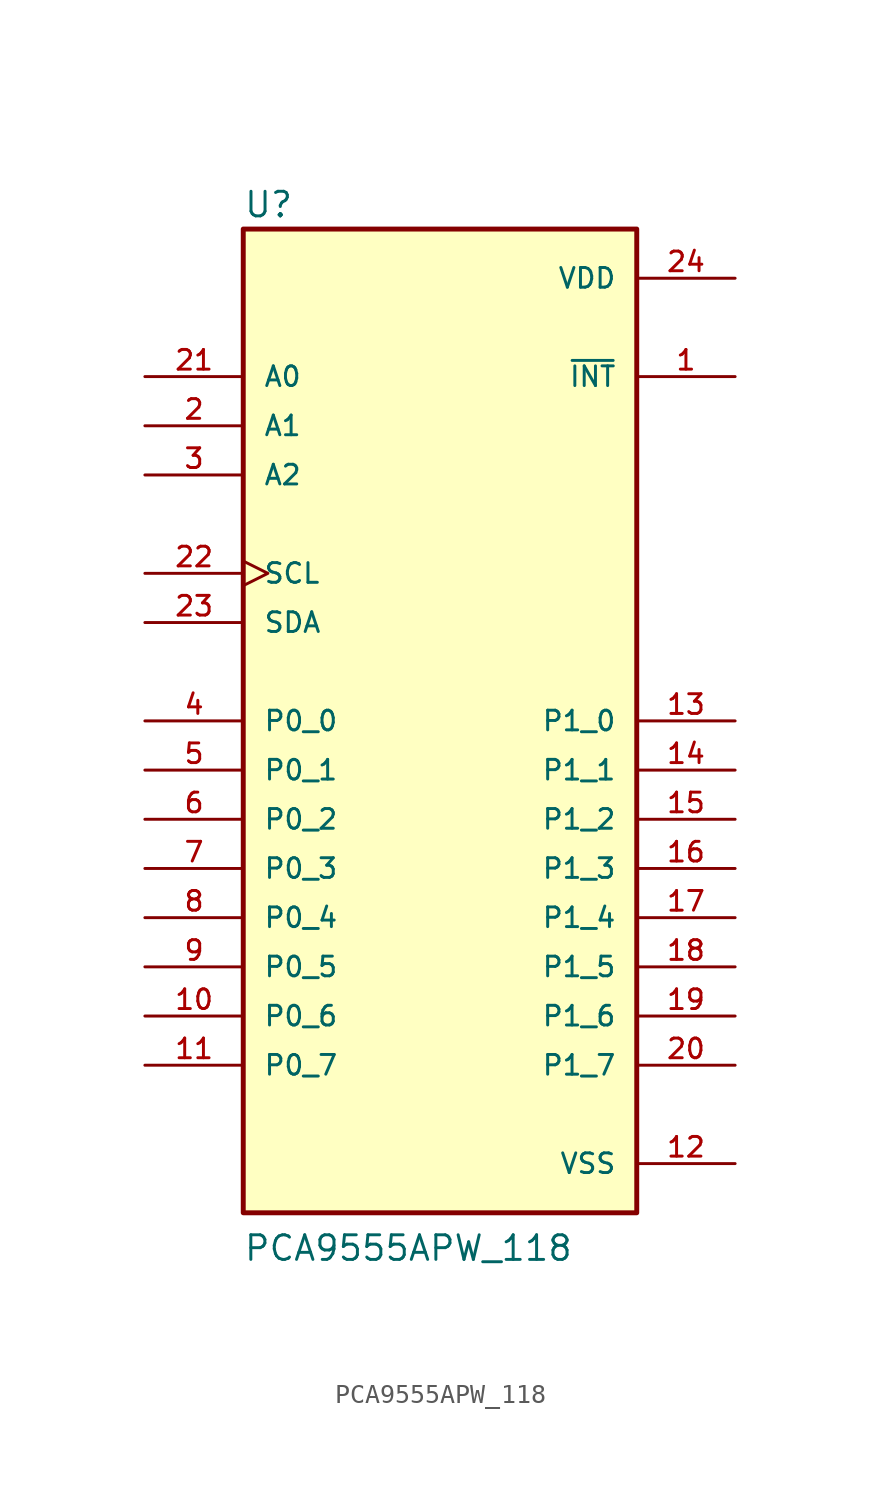
<source format=kicad_sym>
(kicad_symbol_lib
  (version 20211014)
  (generator kicad_symbol_editor)
  (symbol "PCA9555APW_118"
    (pin_names
      (offset 1.016))
    (property "Reference" "U"
      (at -10.163 25.916 0)
      (effects (font (size 1.27 1.27)) (justify bottom left)))
    (property "Value" "PCA9555APW_118"
      (at -10.171 -27.97 0)
      (effects (font (size 1.27 1.27)) (justify bottom left)))
    (symbol "PCA9555APW_118_0_0"
      (rectangle (start -10.16 -25.4) (end 10.16 25.4) (stroke (width 0.254)) (fill (type background)))
      (pin output line (at 15.24 17.78 180.0) (length 5.08) (name "~{INT}" (effects (font (size 1.016 1.016)))) (number "1" (effects (font (size 1.016 1.016)))))
      (pin input line (at -15.24 15.24 0) (length 5.08) (name "A1" (effects (font (size 1.016 1.016)))) (number "2" (effects (font (size 1.016 1.016)))))
      (pin input line (at -15.24 12.7 0) (length 5.08) (name "A2" (effects (font (size 1.016 1.016)))) (number "3" (effects (font (size 1.016 1.016)))))
      (pin bidirectional line (at -15.24 0.0 0) (length 5.08) (name "P0_0" (effects (font (size 1.016 1.016)))) (number "4" (effects (font (size 1.016 1.016)))))
      (pin bidirectional line (at -15.24 -2.54 0) (length 5.08) (name "P0_1" (effects (font (size 1.016 1.016)))) (number "5" (effects (font (size 1.016 1.016)))))
      (pin bidirectional line (at -15.24 -5.08 0) (length 5.08) (name "P0_2" (effects (font (size 1.016 1.016)))) (number "6" (effects (font (size 1.016 1.016)))))
      (pin bidirectional line (at -15.24 -7.62 0) (length 5.08) (name "P0_3" (effects (font (size 1.016 1.016)))) (number "7" (effects (font (size 1.016 1.016)))))
      (pin bidirectional line (at -15.24 -10.16 0) (length 5.08) (name "P0_4" (effects (font (size 1.016 1.016)))) (number "8" (effects (font (size 1.016 1.016)))))
      (pin bidirectional line (at -15.24 -12.7 0) (length 5.08) (name "P0_5" (effects (font (size 1.016 1.016)))) (number "9" (effects (font (size 1.016 1.016)))))
      (pin bidirectional line (at -15.24 -15.24 0) (length 5.08) (name "P0_6" (effects (font (size 1.016 1.016)))) (number "10" (effects (font (size 1.016 1.016)))))
      (pin bidirectional line (at -15.24 -17.78 0) (length 5.08) (name "P0_7" (effects (font (size 1.016 1.016)))) (number "11" (effects (font (size 1.016 1.016)))))
      (pin power_in line (at 15.24 -22.86 180.0) (length 5.08) (name "VSS" (effects (font (size 1.016 1.016)))) (number "12" (effects (font (size 1.016 1.016)))))
      (pin bidirectional line (at 15.24 0.0 180.0) (length 5.08) (name "P1_0" (effects (font (size 1.016 1.016)))) (number "13" (effects (font (size 1.016 1.016)))))
      (pin bidirectional line (at 15.24 -2.54 180.0) (length 5.08) (name "P1_1" (effects (font (size 1.016 1.016)))) (number "14" (effects (font (size 1.016 1.016)))))
      (pin bidirectional line (at 15.24 -5.08 180.0) (length 5.08) (name "P1_2" (effects (font (size 1.016 1.016)))) (number "15" (effects (font (size 1.016 1.016)))))
      (pin bidirectional line (at 15.24 -7.62 180.0) (length 5.08) (name "P1_3" (effects (font (size 1.016 1.016)))) (number "16" (effects (font (size 1.016 1.016)))))
      (pin bidirectional line (at 15.24 -10.16 180.0) (length 5.08) (name "P1_4" (effects (font (size 1.016 1.016)))) (number "17" (effects (font (size 1.016 1.016)))))
      (pin bidirectional line (at 15.24 -12.7 180.0) (length 5.08) (name "P1_5" (effects (font (size 1.016 1.016)))) (number "18" (effects (font (size 1.016 1.016)))))
      (pin bidirectional line (at 15.24 -15.24 180.0) (length 5.08) (name "P1_6" (effects (font (size 1.016 1.016)))) (number "19" (effects (font (size 1.016 1.016)))))
      (pin bidirectional line (at 15.24 -17.78 180.0) (length 5.08) (name "P1_7" (effects (font (size 1.016 1.016)))) (number "20" (effects (font (size 1.016 1.016)))))
      (pin input line (at -15.24 17.78 0) (length 5.08) (name "A0" (effects (font (size 1.016 1.016)))) (number "21" (effects (font (size 1.016 1.016)))))
      (pin input clock (at -15.24 7.62 0) (length 5.08) (name "SCL" (effects (font (size 1.016 1.016)))) (number "22" (effects (font (size 1.016 1.016)))))
      (pin bidirectional line (at -15.24 5.08 0) (length 5.08) (name "SDA" (effects (font (size 1.016 1.016)))) (number "23" (effects (font (size 1.016 1.016)))))
      (pin power_in line (at 15.24 22.86 180.0) (length 5.08) (name "VDD" (effects (font (size 1.016 1.016)))) (number "24" (effects (font (size 1.016 1.016))))))))
</source>
